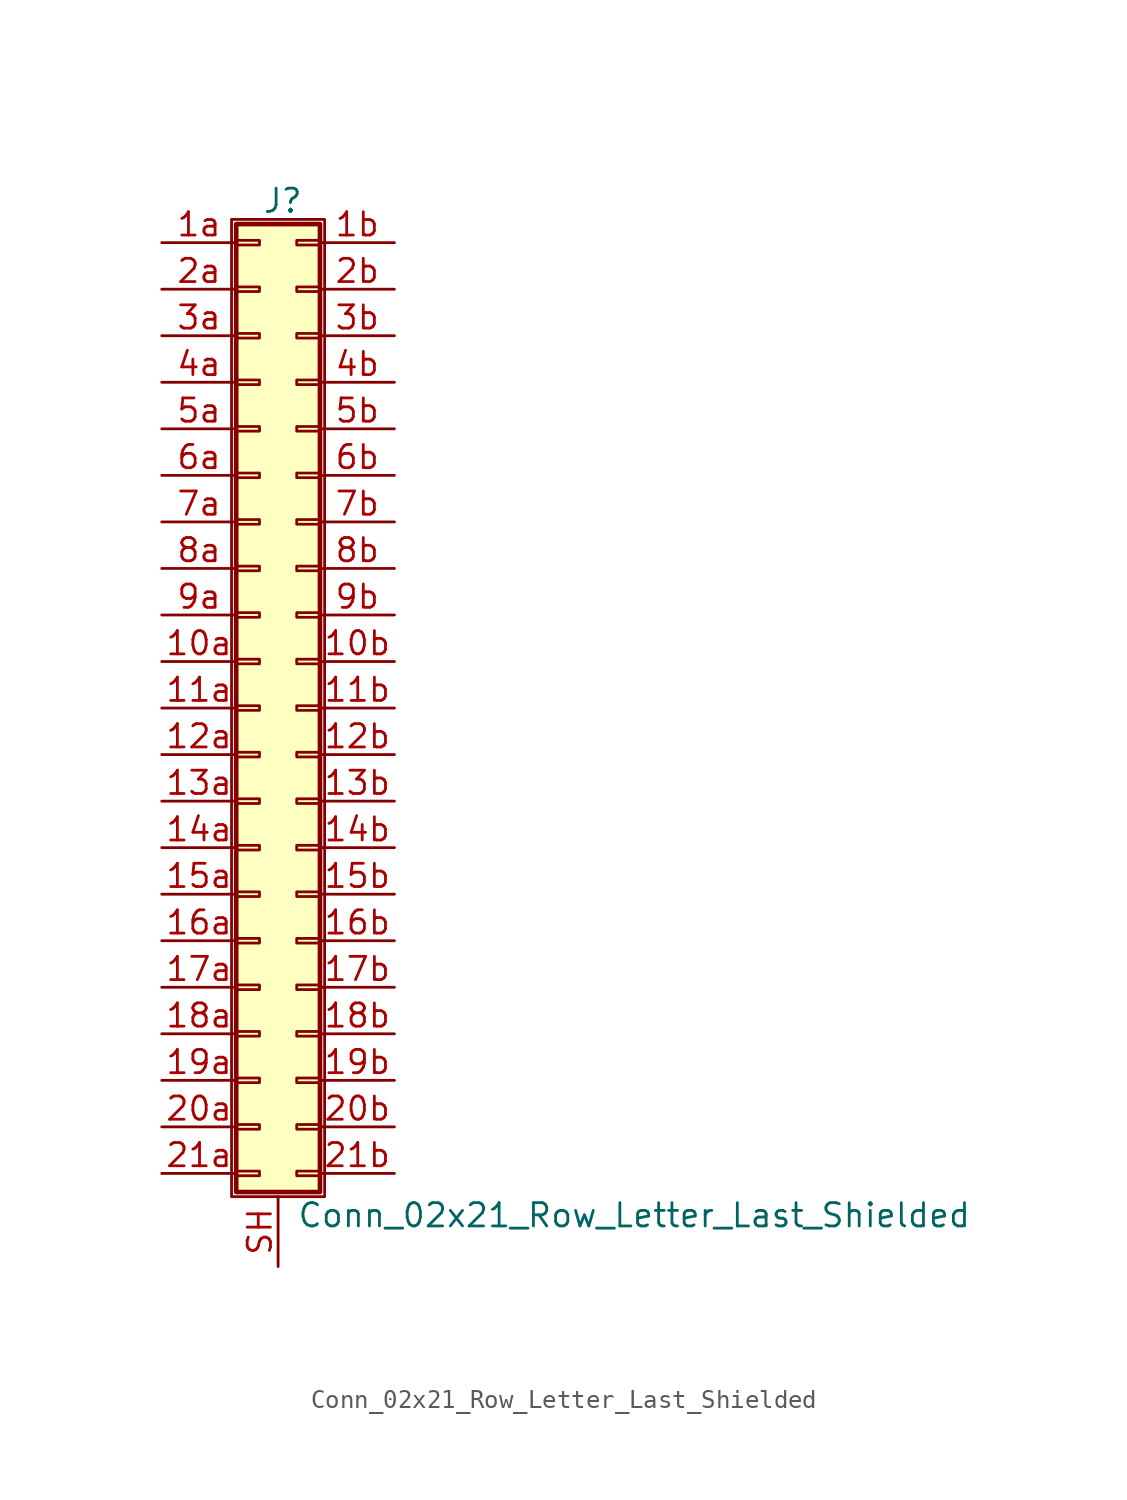
<source format=kicad_sym>
(kicad_symbol_lib
  (version 20201005)
  (generator kicad_symbol_editor)
  (symbol "Conn_02x21_Row_Letter_Last_Shielded"
    (pin_names
      (offset 1.016) hide)
    (property "Reference" "J"
      (at 1.524 27.686 0)
      (effects (font (size 1.27 1.27))))
    (property "Value" "Conn_02x21_Row_Letter_Last_Shielded"
      (at 2.286 -27.686 0)
      (effects (font (size 1.27 1.27)) (justify left)))
    (symbol "Conn_02x21_Row_Letter_Last_Shielded_1_1"
      (rectangle (start -1.27 26.67) (end 3.81 -26.67) (stroke (width 0.152)) (fill (type none)))
      (rectangle (start -1.016 -25.273) (end 0.254 -25.527) (stroke (width 0.152)) (fill (type none)))
      (rectangle (start -1.016 -22.733) (end 0.254 -22.987) (stroke (width 0.152)) (fill (type none)))
      (rectangle (start -1.016 -20.193) (end 0.254 -20.447) (stroke (width 0.152)) (fill (type none)))
      (rectangle (start -1.016 -17.653) (end 0.254 -17.907) (stroke (width 0.152)) (fill (type none)))
      (rectangle (start -1.016 -15.113) (end 0.254 -15.367) (stroke (width 0.152)) (fill (type none)))
      (rectangle (start -1.016 -12.573) (end 0.254 -12.827) (stroke (width 0.152)) (fill (type none)))
      (rectangle (start -1.016 -10.033) (end 0.254 -10.287) (stroke (width 0.152)) (fill (type none)))
      (rectangle (start -1.016 -7.493) (end 0.254 -7.747) (stroke (width 0.152)) (fill (type none)))
      (rectangle (start -1.016 -4.953) (end 0.254 -5.207) (stroke (width 0.152)) (fill (type none)))
      (rectangle (start -1.016 -2.413) (end 0.254 -2.667) (stroke (width 0.152)) (fill (type none)))
      (rectangle (start -1.016 0.127) (end 0.254 -0.127) (stroke (width 0.152)) (fill (type none)))
      (rectangle (start -1.016 2.667) (end 0.254 2.413) (stroke (width 0.152)) (fill (type none)))
      (rectangle (start -1.016 5.207) (end 0.254 4.953) (stroke (width 0.152)) (fill (type none)))
      (rectangle (start -1.016 7.747) (end 0.254 7.493) (stroke (width 0.152)) (fill (type none)))
      (rectangle (start -1.016 10.287) (end 0.254 10.033) (stroke (width 0.152)) (fill (type none)))
      (rectangle (start -1.016 12.827) (end 0.254 12.573) (stroke (width 0.152)) (fill (type none)))
      (rectangle (start -1.016 15.367) (end 0.254 15.113) (stroke (width 0.152)) (fill (type none)))
      (rectangle (start -1.016 17.907) (end 0.254 17.653) (stroke (width 0.152)) (fill (type none)))
      (rectangle (start -1.016 20.447) (end 0.254 20.193) (stroke (width 0.152)) (fill (type none)))
      (rectangle (start -1.016 22.987) (end 0.254 22.733) (stroke (width 0.152)) (fill (type none)))
      (rectangle (start -1.016 25.527) (end 0.254 25.273) (stroke (width 0.152)) (fill (type none)))
      (rectangle (start 3.556 -25.273) (end 2.286 -25.527) (stroke (width 0.152)) (fill (type none)))
      (rectangle (start 3.556 -22.733) (end 2.286 -22.987) (stroke (width 0.152)) (fill (type none)))
      (rectangle (start 3.556 -20.193) (end 2.286 -20.447) (stroke (width 0.152)) (fill (type none)))
      (rectangle (start 3.556 -17.653) (end 2.286 -17.907) (stroke (width 0.152)) (fill (type none)))
      (rectangle (start 3.556 -15.113) (end 2.286 -15.367) (stroke (width 0.152)) (fill (type none)))
      (rectangle (start 3.556 -12.573) (end 2.286 -12.827) (stroke (width 0.152)) (fill (type none)))
      (rectangle (start 3.556 -10.033) (end 2.286 -10.287) (stroke (width 0.152)) (fill (type none)))
      (rectangle (start 3.556 -7.493) (end 2.286 -7.747) (stroke (width 0.152)) (fill (type none)))
      (rectangle (start 3.556 -4.953) (end 2.286 -5.207) (stroke (width 0.152)) (fill (type none)))
      (rectangle (start 3.556 -2.413) (end 2.286 -2.667) (stroke (width 0.152)) (fill (type none)))
      (rectangle (start 3.556 0.127) (end 2.286 -0.127) (stroke (width 0.152)) (fill (type none)))
      (rectangle (start 3.556 2.667) (end 2.286 2.413) (stroke (width 0.152)) (fill (type none)))
      (rectangle (start 3.556 5.207) (end 2.286 4.953) (stroke (width 0.152)) (fill (type none)))
      (rectangle (start 3.556 7.747) (end 2.286 7.493) (stroke (width 0.152)) (fill (type none)))
      (rectangle (start 3.556 10.287) (end 2.286 10.033) (stroke (width 0.152)) (fill (type none)))
      (rectangle (start 3.556 12.827) (end 2.286 12.573) (stroke (width 0.152)) (fill (type none)))
      (rectangle (start 3.556 15.367) (end 2.286 15.113) (stroke (width 0.152)) (fill (type none)))
      (rectangle (start 3.556 17.907) (end 2.286 17.653) (stroke (width 0.152)) (fill (type none)))
      (rectangle (start 3.556 20.447) (end 2.286 20.193) (stroke (width 0.152)) (fill (type none)))
      (rectangle (start 3.556 22.987) (end 2.286 22.733) (stroke (width 0.152)) (fill (type none)))
      (rectangle (start 3.556 25.527) (end 2.286 25.273) (stroke (width 0.152)) (fill (type none)))
      (rectangle (start -1.016 26.416) (end 3.556 -26.416) (stroke (width 0.254)) (fill (type background)))
      (pin passive line (at -5.08 2.54 0) (length 4.064) (name "Pin_10a" (effects (font (size 1.27 1.27)))) (number "10a" (effects (font (size 1.27 1.27)))))
      (pin passive line (at 7.62 2.54 180) (length 4.064) (name "Pin_10b" (effects (font (size 1.27 1.27)))) (number "10b" (effects (font (size 1.27 1.27)))))
      (pin passive line (at -5.08 0 0) (length 4.064) (name "Pin_11a" (effects (font (size 1.27 1.27)))) (number "11a" (effects (font (size 1.27 1.27)))))
      (pin passive line (at 7.62 0 180) (length 4.064) (name "Pin_11b" (effects (font (size 1.27 1.27)))) (number "11b" (effects (font (size 1.27 1.27)))))
      (pin passive line (at -5.08 -2.54 0) (length 4.064) (name "Pin_12a" (effects (font (size 1.27 1.27)))) (number "12a" (effects (font (size 1.27 1.27)))))
      (pin passive line (at 7.62 -2.54 180) (length 4.064) (name "Pin_12b" (effects (font (size 1.27 1.27)))) (number "12b" (effects (font (size 1.27 1.27)))))
      (pin passive line (at -5.08 -5.08 0) (length 4.064) (name "Pin_13a" (effects (font (size 1.27 1.27)))) (number "13a" (effects (font (size 1.27 1.27)))))
      (pin passive line (at 7.62 -5.08 180) (length 4.064) (name "Pin_13b" (effects (font (size 1.27 1.27)))) (number "13b" (effects (font (size 1.27 1.27)))))
      (pin passive line (at -5.08 -7.62 0) (length 4.064) (name "Pin_14a" (effects (font (size 1.27 1.27)))) (number "14a" (effects (font (size 1.27 1.27)))))
      (pin passive line (at 7.62 -7.62 180) (length 4.064) (name "Pin_14b" (effects (font (size 1.27 1.27)))) (number "14b" (effects (font (size 1.27 1.27)))))
      (pin passive line (at -5.08 -10.16 0) (length 4.064) (name "Pin_15a" (effects (font (size 1.27 1.27)))) (number "15a" (effects (font (size 1.27 1.27)))))
      (pin passive line (at 7.62 -10.16 180) (length 4.064) (name "Pin_15b" (effects (font (size 1.27 1.27)))) (number "15b" (effects (font (size 1.27 1.27)))))
      (pin passive line (at -5.08 -12.7 0) (length 4.064) (name "Pin_16a" (effects (font (size 1.27 1.27)))) (number "16a" (effects (font (size 1.27 1.27)))))
      (pin passive line (at 7.62 -12.7 180) (length 4.064) (name "Pin_16b" (effects (font (size 1.27 1.27)))) (number "16b" (effects (font (size 1.27 1.27)))))
      (pin passive line (at -5.08 -15.24 0) (length 4.064) (name "Pin_17a" (effects (font (size 1.27 1.27)))) (number "17a" (effects (font (size 1.27 1.27)))))
      (pin passive line (at 7.62 -15.24 180) (length 4.064) (name "Pin_17b" (effects (font (size 1.27 1.27)))) (number "17b" (effects (font (size 1.27 1.27)))))
      (pin passive line (at -5.08 -17.78 0) (length 4.064) (name "Pin_18a" (effects (font (size 1.27 1.27)))) (number "18a" (effects (font (size 1.27 1.27)))))
      (pin passive line (at 7.62 -17.78 180) (length 4.064) (name "Pin_18b" (effects (font (size 1.27 1.27)))) (number "18b" (effects (font (size 1.27 1.27)))))
      (pin passive line (at -5.08 -20.32 0) (length 4.064) (name "Pin_19a" (effects (font (size 1.27 1.27)))) (number "19a" (effects (font (size 1.27 1.27)))))
      (pin passive line (at 7.62 -20.32 180) (length 4.064) (name "Pin_19b" (effects (font (size 1.27 1.27)))) (number "19b" (effects (font (size 1.27 1.27)))))
      (pin passive line (at -5.08 25.4 0) (length 4.064) (name "Pin_1a" (effects (font (size 1.27 1.27)))) (number "1a" (effects (font (size 1.27 1.27)))))
      (pin passive line (at 7.62 25.4 180) (length 4.064) (name "Pin_1b" (effects (font (size 1.27 1.27)))) (number "1b" (effects (font (size 1.27 1.27)))))
      (pin passive line (at -5.08 -22.86 0) (length 4.064) (name "Pin_20a" (effects (font (size 1.27 1.27)))) (number "20a" (effects (font (size 1.27 1.27)))))
      (pin passive line (at 7.62 -22.86 180) (length 4.064) (name "Pin_20b" (effects (font (size 1.27 1.27)))) (number "20b" (effects (font (size 1.27 1.27)))))
      (pin passive line (at -5.08 -25.4 0) (length 4.064) (name "Pin_21a" (effects (font (size 1.27 1.27)))) (number "21a" (effects (font (size 1.27 1.27)))))
      (pin passive line (at 7.62 -25.4 180) (length 4.064) (name "Pin_21b" (effects (font (size 1.27 1.27)))) (number "21b" (effects (font (size 1.27 1.27)))))
      (pin passive line (at -5.08 22.86 0) (length 4.064) (name "Pin_2a" (effects (font (size 1.27 1.27)))) (number "2a" (effects (font (size 1.27 1.27)))))
      (pin passive line (at 7.62 22.86 180) (length 4.064) (name "Pin_2b" (effects (font (size 1.27 1.27)))) (number "2b" (effects (font (size 1.27 1.27)))))
      (pin passive line (at -5.08 20.32 0) (length 4.064) (name "Pin_3a" (effects (font (size 1.27 1.27)))) (number "3a" (effects (font (size 1.27 1.27)))))
      (pin passive line (at 7.62 20.32 180) (length 4.064) (name "Pin_3b" (effects (font (size 1.27 1.27)))) (number "3b" (effects (font (size 1.27 1.27)))))
      (pin passive line (at -5.08 17.78 0) (length 4.064) (name "Pin_4a" (effects (font (size 1.27 1.27)))) (number "4a" (effects (font (size 1.27 1.27)))))
      (pin passive line (at 7.62 17.78 180) (length 4.064) (name "Pin_4b" (effects (font (size 1.27 1.27)))) (number "4b" (effects (font (size 1.27 1.27)))))
      (pin passive line (at -5.08 15.24 0) (length 4.064) (name "Pin_5a" (effects (font (size 1.27 1.27)))) (number "5a" (effects (font (size 1.27 1.27)))))
      (pin passive line (at 7.62 15.24 180) (length 4.064) (name "Pin_5b" (effects (font (size 1.27 1.27)))) (number "5b" (effects (font (size 1.27 1.27)))))
      (pin passive line (at -5.08 12.7 0) (length 4.064) (name "Pin_6a" (effects (font (size 1.27 1.27)))) (number "6a" (effects (font (size 1.27 1.27)))))
      (pin passive line (at 7.62 12.7 180) (length 4.064) (name "Pin_6b" (effects (font (size 1.27 1.27)))) (number "6b" (effects (font (size 1.27 1.27)))))
      (pin passive line (at -5.08 10.16 0) (length 4.064) (name "Pin_7a" (effects (font (size 1.27 1.27)))) (number "7a" (effects (font (size 1.27 1.27)))))
      (pin passive line (at 7.62 10.16 180) (length 4.064) (name "Pin_7b" (effects (font (size 1.27 1.27)))) (number "7b" (effects (font (size 1.27 1.27)))))
      (pin passive line (at -5.08 7.62 0) (length 4.064) (name "Pin_8a" (effects (font (size 1.27 1.27)))) (number "8a" (effects (font (size 1.27 1.27)))))
      (pin passive line (at 7.62 7.62 180) (length 4.064) (name "Pin_8b" (effects (font (size 1.27 1.27)))) (number "8b" (effects (font (size 1.27 1.27)))))
      (pin passive line (at -5.08 5.08 0) (length 4.064) (name "Pin_9a" (effects (font (size 1.27 1.27)))) (number "9a" (effects (font (size 1.27 1.27)))))
      (pin passive line (at 7.62 5.08 180) (length 4.064) (name "Pin_9b" (effects (font (size 1.27 1.27)))) (number "9b" (effects (font (size 1.27 1.27)))))
      (pin passive line (at 1.27 -30.48 90) (length 3.81) (name "Shield" (effects (font (size 1.27 1.27)))) (number "SH" (effects (font (size 1.27 1.27))))))))
</source>
